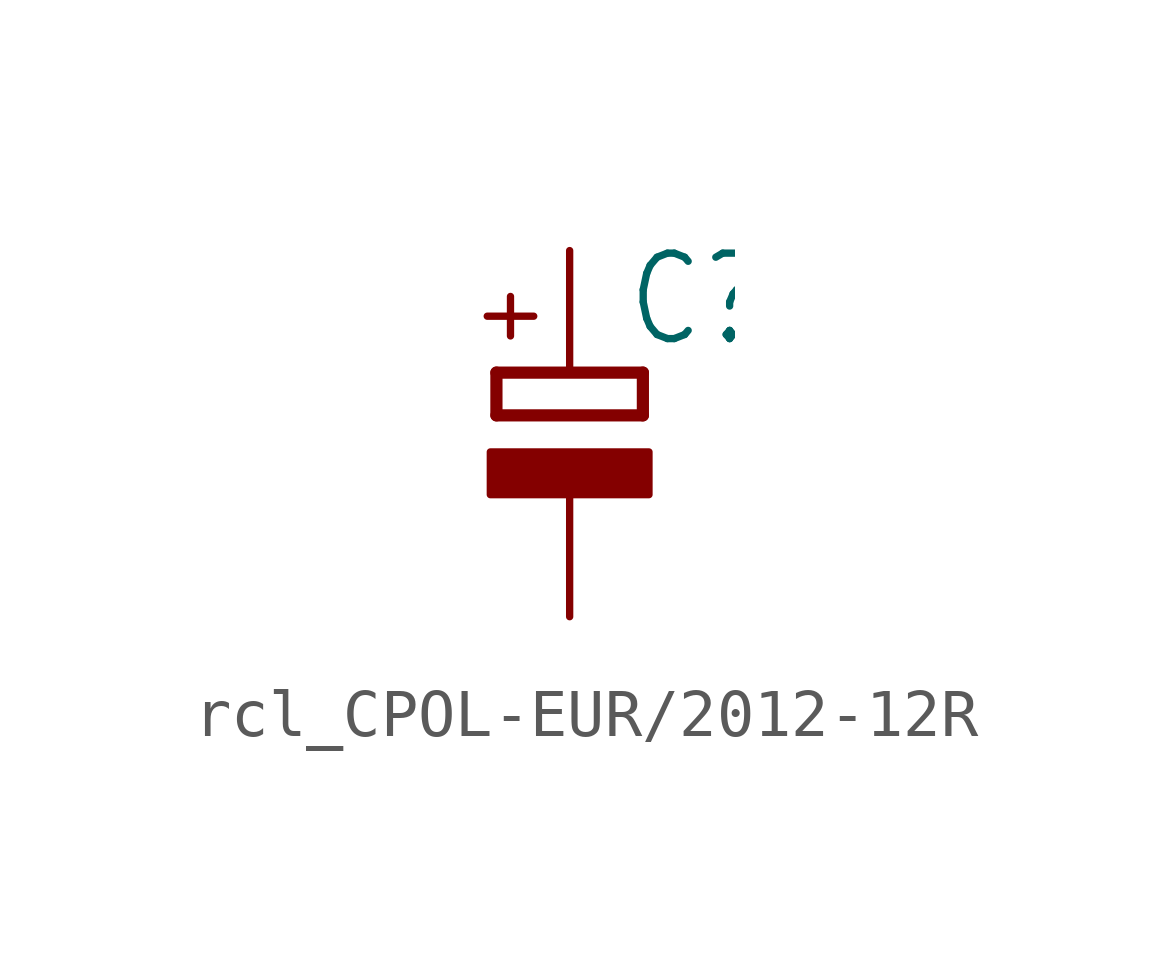
<source format=kicad_sym>
(kicad_symbol_lib
  (version 20231120)
  (generator "kicad_symbol_editor")
  (generator_version "8.0")
  (symbol "rcl_CPOL-EUR/2012-12R"
    (property "Reference" "C"
      (at 1.143 0.483 0)
      (effects (font (size 1.778 1.511)) (justify left bottom)))
    (property "Value" ""
      (at 1.143 -4.597 0)
      (effects (font (size 1.778 1.511)) (justify left bottom)))
    (property "ki_locked" ""
      (at 0 0 0)
      (effects (font (size 1.27 1.27))))
    (symbol "rcl_CPOL-EUR/2012-12R_1_0"
      (rectangle (start -1.651 -2.54) (end 1.651 -1.651) (stroke (width 0) (type default)) (fill (type outline)))
      (polyline (pts (xy -1.524 -0.889) (xy 1.524 -0.889)) (stroke (width 0.254) (type solid)) (fill (type none)))
      (polyline (pts (xy -1.524 0) (xy -1.524 -0.889)) (stroke (width 0.254) (type solid)) (fill (type none)))
      (polyline (pts (xy -1.524 0) (xy 1.524 0)) (stroke (width 0.254) (type solid)) (fill (type none)))
      (polyline (pts (xy 1.524 -0.889) (xy 1.524 0)) (stroke (width 0.254) (type solid)) (fill (type none)))
      (text "+" (at -0.584 0.406 900) (effects (font (size 1.27 1.079)) (justify left bottom)))
      (pin passive line (at 0 2.54 270) (length 2.54) (name "+" (effects (font (size 0 0)))) (number "+" (effects (font (size 0 0)))))
      (pin passive line (at 0 -5.08 90) (length 2.54) (name "-" (effects (font (size 0 0)))) (number "-" (effects (font (size 0 0))))))))
</source>
